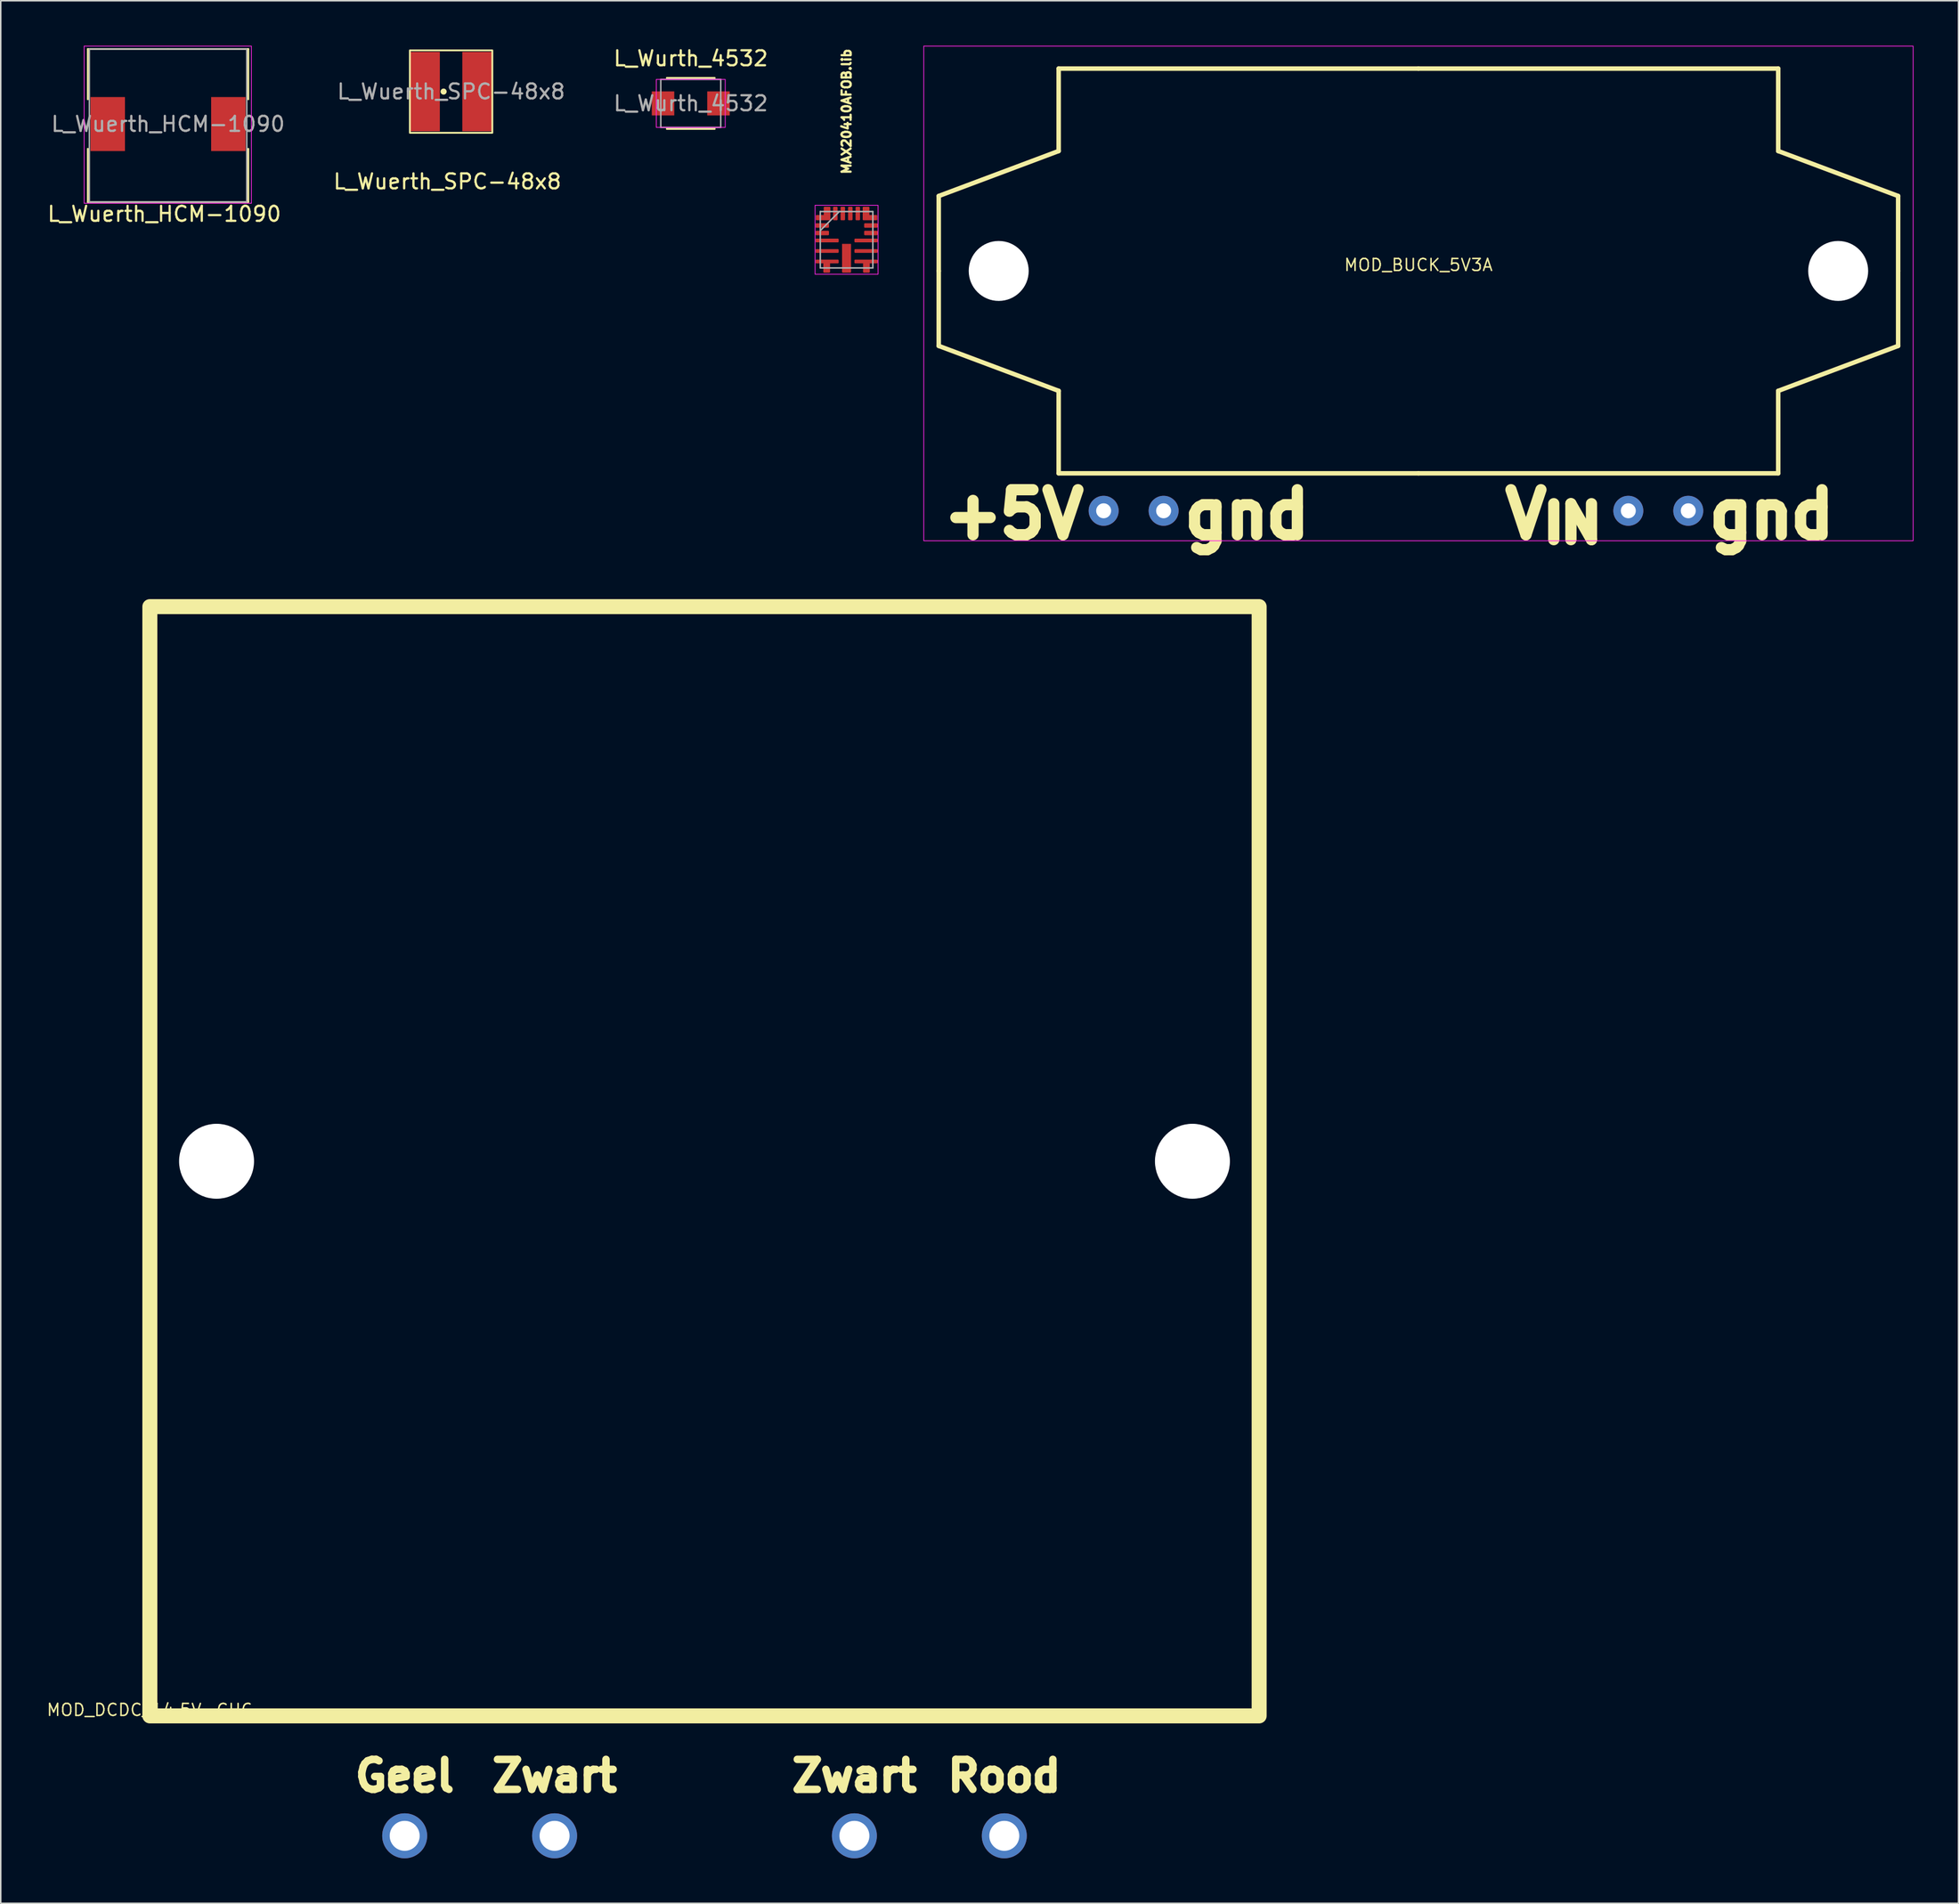
<source format=kicad_pcb>
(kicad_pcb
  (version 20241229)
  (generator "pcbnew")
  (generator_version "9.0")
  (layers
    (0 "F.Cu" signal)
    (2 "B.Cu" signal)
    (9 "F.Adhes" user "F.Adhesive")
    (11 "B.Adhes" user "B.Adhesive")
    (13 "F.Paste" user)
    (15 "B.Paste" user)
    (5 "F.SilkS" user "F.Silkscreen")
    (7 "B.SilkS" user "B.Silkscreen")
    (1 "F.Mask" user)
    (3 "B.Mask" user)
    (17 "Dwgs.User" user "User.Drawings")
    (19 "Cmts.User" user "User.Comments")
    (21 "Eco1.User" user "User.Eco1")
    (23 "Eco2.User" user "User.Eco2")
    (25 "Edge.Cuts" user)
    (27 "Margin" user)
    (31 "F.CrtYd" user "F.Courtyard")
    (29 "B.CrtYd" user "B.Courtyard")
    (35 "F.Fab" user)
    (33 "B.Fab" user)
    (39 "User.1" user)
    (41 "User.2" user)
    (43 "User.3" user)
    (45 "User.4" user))
  (footprint "MOD_DCDC_14.5V-CHG"
    (layer "F.Cu")
    (at 43.946 74.418)
    (property "Reference" "MOD_DCDC_14.5V-CHG" (at -37 36.6 0) (unlocked yes) (layer "F.SilkS") (effects (font (size 0.8 0.8) (thickness 0.1))))
    (attr through_hole)
    (fp_rect (start -37 -37) (end 37 37) (stroke (width 1) (type default)) (fill no) (layer "F.SilkS"))
    (fp_text user "Rood" (at 20 41 0) (unlocked yes) (layer "F.SilkS") (effects (font (size 2 2) (thickness 0.5) (bold yes))))
    (fp_text user "Zwart" (at -10 41 0) (unlocked yes) (layer "F.SilkS") (effects (font (size 2 2) (thickness 0.5) (bold yes))))
    (fp_text user "Zwart" (at 10 41 0) (unlocked yes) (layer "F.SilkS") (effects (font (size 2 2) (thickness 0.5) (bold yes))))
    (fp_text user "Geel" (at -20 41 0) (unlocked yes) (layer "F.SilkS") (effects (font (size 2 2) (thickness 0.5) (bold yes))))
    (pad "" np_thru_hole circle (at -32.55 0) (size 5 5) (drill 5) (layers "*.Cu" "*.Mask"))
    (pad "" np_thru_hole circle (at 32.55 0) (size 5 5) (drill 5) (layers "*.Cu" "*.Mask"))
    (pad "1" thru_hole circle (at 20 45) (size 3 3) (drill 2) (layers "*.Cu" "*.Mask"))
    (pad "2" thru_hole circle (at 10 45) (size 3 3) (drill 2) (layers "*.Cu" "*.Mask"))
    (pad "3" thru_hole circle (at -20 45) (size 3 3) (drill 2) (layers "*.Cu" "*.Mask"))
    (pad "4" thru_hole circle (at -10 45) (size 3 3) (drill 2) (layers "*.Cu" "*.Mask")))
  (footprint "MAX20410AFOB.lib"
    (layer "F.Cu")
    (at 53.423 12.944)
    (property "Reference" "MAX20410AFOB.lib" (at 0 -4.3 90) (layer "F.SilkS") (effects (font (size 0.6 0.6) (thickness 0.15)) (justify left)))
    (attr through_hole)
    (fp_rect (start -2.1 -2.3) (end 2.1 2.3) (stroke (width 0.05) (type solid)) (fill no) (layer "F.CrtYd"))
    (fp_line (start -1.753 -1.88) (end -1.753 1.88) (stroke (width 0.1) (type solid)) (layer "F.Fab"))
    (fp_line (start -1.753 -0.61) (end -0.483 -1.88) (stroke (width 0.1) (type solid)) (layer "F.Fab"))
    (fp_line (start -1.753 1.88) (end 1.753 1.88) (stroke (width 0.1) (type solid)) (layer "F.Fab"))
    (fp_line (start 1.753 -1.88) (end -1.753 -1.88) (stroke (width 0.1) (type solid)) (layer "F.Fab"))
    (fp_line (start 1.753 1.88) (end 1.753 -1.88) (stroke (width 0.1) (type solid)) (layer "F.Fab"))
    (pad "1" smd custom (at -1.612 -0.95) (size 0.127 0.127) (layers "F.Cu" "F.Mask" "F.Paste") (options (anchor rect)) (primitives (gr_poly (pts (xy -0.425 -0.15) (xy -0.462 -0.112) (xy -0.462 0.113) (xy -0.425 0.15) (xy 0.4 0.15) (xy 0.438 0.113) (xy 0.438 -0.112) (xy 0.4 -0.15)) (width 0) (fill yes))))
    (pad "2" smd custom (at -1.612 -0.45) (size 0.127 0.127) (layers "F.Cu" "F.Mask" "F.Paste") (options (anchor rect)) (primitives (gr_poly (pts (xy -0.425 -0.15) (xy -0.462 -0.113) (xy -0.462 0.112) (xy -0.425 0.15) (xy 0.4 0.15) (xy 0.438 0.112) (xy 0.438 -0.113) (xy 0.4 -0.15)) (width 0) (fill yes))))
    (pad "3" smd custom (at -1.612 0.05) (size 0.127 0.127) (layers "F.Cu" "F.Mask" "F.Paste") (options (anchor rect)) (primitives (gr_poly (pts (xy -0.425 -0.125) (xy -0.462 -0.087) (xy -0.462 0.087) (xy -0.425 0.125) (xy 1.05 0.125) (xy 1.088 0.087) (xy 1.088 -0.087) (xy 1.05 -0.125)) (width 0) (fill yes))))
    (pad "4" smd custom (at -1.612 0.75) (size 0.127 0.127) (layers "F.Cu" "F.Mask" "F.Paste") (options (anchor rect)) (primitives (gr_poly (pts (xy -0.425 -0.125) (xy -0.462 -0.087) (xy -0.462 0.087) (xy -0.425 0.125) (xy 1.05 0.125) (xy 1.088 0.087) (xy 1.088 -0.087) (xy 1.05 -0.125)) (width 0) (fill yes))))
    (pad "5" smd custom (at -1.612 1.45 90) (size 0.127 0.127) (layers "F.Cu" "F.Mask" "F.Paste") (options (anchor rect)) (primitives (gr_poly (pts (xy -0.125 0.512) (xy -0.713 0.512) (xy -0.75 0.475) (xy -0.75 0.1) (xy -0.713 0.062) (xy -0.125 0.062) (xy -0.125 -0.425) (xy -0.087 -0.463) (xy 0.087 -0.463) (xy 0.125 -0.425) (xy 0.125 1.05) (xy 0.087 1.087) (xy -0.087 1.087) (xy -0.125 1.05)) (width 0) (fill yes))))
    (pad "6" smd custom (at 0 1.738 90) (size 0.127 0.127) (layers "F.Cu" "F.Mask" "F.Paste") (options (anchor rect)) (primitives (gr_poly (pts (xy 1.462 -0.3) (xy -0.425 -0.3) (xy -0.463 -0.263) (xy -0.463 0.263) (xy -0.425 0.3) (xy 1.462 0.3)) (width 0) (fill yes))))
    (pad "7" smd custom (at 1.612 1.45 90) (size 0.127 0.127) (layers "F.Cu" "F.Mask" "F.Paste") (options (anchor rect)) (primitives (gr_poly (pts (xy -0.125 -0.512) (xy -0.713 -0.512) (xy -0.75 -0.475) (xy -0.75 -0.1) (xy -0.713 -0.062) (xy -0.125 -0.062) (xy -0.125 0.425) (xy -0.087 0.463) (xy 0.087 0.463) (xy 0.125 0.425) (xy 0.125 -1.05) (xy 0.087 -1.087) (xy -0.087 -1.087) (xy -0.125 -1.05)) (width 0) (fill yes))))
    (pad "8" smd custom (at 1.612 0.75) (size 0.127 0.127) (layers "F.Cu" "F.Mask" "F.Paste") (options (anchor rect)) (primitives (gr_poly (pts (xy 0.425 -0.125) (xy 0.463 -0.087) (xy 0.463 0.087) (xy 0.425 0.125) (xy -1.05 0.125) (xy -1.087 0.087) (xy -1.087 -0.087) (xy -1.05 -0.125)) (width 0) (fill yes))))
    (pad "9" smd custom (at 1.612 0.05) (size 0.127 0.127) (layers "F.Cu" "F.Mask" "F.Paste") (options (anchor rect)) (primitives (gr_poly (pts (xy 0.425 -0.125) (xy 0.463 -0.087) (xy 0.463 0.087) (xy 0.425 0.125) (xy -1.05 0.125) (xy -1.087 0.087) (xy -1.087 -0.087) (xy -1.05 -0.125)) (width 0) (fill yes))))
    (pad "10" smd custom (at 1.612 -0.45) (size 0.127 0.127) (layers "F.Cu" "F.Mask" "F.Paste") (options (anchor rect)) (primitives (gr_poly (pts (xy -0.4 -0.15) (xy -0.437 -0.113) (xy -0.437 0.112) (xy -0.4 0.15) (xy 0.425 0.15) (xy 0.463 0.112) (xy 0.463 -0.113) (xy 0.425 -0.15)) (width 0) (fill yes))))
    (pad "11" smd custom (at 1.612 -0.95) (size 0.127 0.127) (layers "F.Cu" "F.Mask" "F.Paste") (options (anchor rect)) (primitives (gr_poly (pts (xy -0.4 -0.15) (xy -0.437 -0.112) (xy -0.437 0.113) (xy -0.4 0.15) (xy 0.425 0.15) (xy 0.463 0.113) (xy 0.463 -0.112) (xy 0.425 -0.15)) (width 0) (fill yes))))
    (pad "12" smd custom (at 1.325 -1.738 90) (size 0.127 0.127) (layers "F.Cu" "F.Mask" "F.Paste") (options (anchor rect)) (primitives (gr_poly (pts (xy -0.438 0.688) (xy -0.4 0.725) (xy -0.125 0.725) (xy -0.087 0.688) (xy -0.087 0.2) (xy 0.425 0.2) (xy 0.463 0.163) (xy 0.463 -0.212) (xy 0.425 -0.25) (xy -0.4 -0.25) (xy -0.438 -0.212)) (width 0) (fill yes))))
    (pad "13" smd custom (at 0.75 -1.738 90) (size 0.127 0.127) (layers "F.Cu" "F.Mask" "F.Paste") (options (anchor rect)) (primitives (gr_poly (pts (xy 0.425 0.15) (xy 0.463 0.113) (xy 0.463 -0.113) (xy 0.425 -0.15) (xy -0.4 -0.15) (xy -0.438 -0.113) (xy -0.438 0.113) (xy -0.4 0.15)) (width 0) (fill yes))))
    (pad "14" smd custom (at 0.25 -1.738 90) (size 0.127 0.127) (layers "F.Cu" "F.Mask" "F.Paste") (options (anchor rect)) (primitives (gr_poly (pts (xy 0.425 0.15) (xy 0.463 0.113) (xy 0.463 -0.112) (xy 0.425 -0.15) (xy -0.4 -0.15) (xy -0.438 -0.112) (xy -0.438 0.113) (xy -0.4 0.15)) (width 0) (fill yes))))
    (pad "15" smd custom (at -0.25 -1.738 90) (size 0.127 0.127) (layers "F.Cu" "F.Mask" "F.Paste") (options (anchor rect)) (primitives (gr_poly (pts (xy 0.425 0.15) (xy 0.463 0.113) (xy 0.463 -0.113) (xy 0.425 -0.15) (xy -0.4 -0.15) (xy -0.438 -0.113) (xy -0.438 0.113) (xy -0.4 0.15)) (width 0) (fill yes))))
    (pad "16" smd custom (at -0.75 -1.738 90) (size 0.127 0.127) (layers "F.Cu" "F.Mask" "F.Paste") (options (anchor rect)) (primitives (gr_poly (pts (xy 0.425 0.15) (xy 0.463 0.113) (xy 0.463 -0.112) (xy 0.425 -0.15) (xy -0.4 -0.15) (xy -0.438 -0.112) (xy -0.438 0.113) (xy -0.4 0.15)) (width 0) (fill yes))))
    (pad "17" smd custom (at -1.325 -1.738 90) (size 0.127 0.127) (layers "F.Cu" "F.Mask" "F.Paste") (options (anchor rect)) (primitives (gr_poly (pts (xy -0.438 -0.688) (xy -0.4 -0.725) (xy -0.125 -0.725) (xy -0.087 -0.688) (xy -0.087 -0.2) (xy 0.425 -0.2) (xy 0.463 -0.163) (xy 0.463 0.212) (xy 0.425 0.25) (xy -0.4 0.25) (xy -0.438 0.212)) (width 0) (fill yes)))))
  (footprint "MOD_BUCK_5V3A"
    (layer "F.Cu")
    (at 91.573 15.025)
    (property "Reference" "MOD_BUCK_5V3A" (at 0 -0.4 0) (unlocked yes) (layer "F.SilkS") (effects (font (size 0.8 0.8) (thickness 0.1))))
    (attr through_hole)
    (fp_line (start -32 -5) (end -24 -8) (stroke (width 0.3) (type default)) (layer "F.SilkS"))
    (fp_line (start -32 0) (end -32 -5) (stroke (width 0.3) (type default)) (layer "F.SilkS"))
    (fp_line (start -32 0) (end -32 5) (stroke (width 0.3) (type default)) (layer "F.SilkS"))
    (fp_line (start -32 5) (end -24 8) (stroke (width 0.3) (type default)) (layer "F.SilkS"))
    (fp_line (start -24 -13.5) (end 0 -13.5) (stroke (width 0.3) (type default)) (layer "F.SilkS"))
    (fp_line (start -24 -8) (end -24 -13.5) (stroke (width 0.3) (type default)) (layer "F.SilkS"))
    (fp_line (start -24 8) (end -24 13.5) (stroke (width 0.3) (type default)) (layer "F.SilkS"))
    (fp_line (start -24 13.5) (end 0 13.5) (stroke (width 0.3) (type default)) (layer "F.SilkS"))
    (fp_line (start 24 -13.5) (end 0 -13.5) (stroke (width 0.3) (type default)) (layer "F.SilkS"))
    (fp_line (start 24 -8) (end 24 -13.5) (stroke (width 0.3) (type default)) (layer "F.SilkS"))
    (fp_line (start 24 8) (end 24 13.5) (stroke (width 0.3) (type default)) (layer "F.SilkS"))
    (fp_line (start 24 13.5) (end 0 13.5) (stroke (width 0.3) (type default)) (layer "F.SilkS"))
    (fp_line (start 32 -5) (end 24 -8) (stroke (width 0.3) (type default)) (layer "F.SilkS"))
    (fp_line (start 32 0) (end 32 -5) (stroke (width 0.3) (type default)) (layer "F.SilkS"))
    (fp_line (start 32 0) (end 32 5) (stroke (width 0.3) (type default)) (layer "F.SilkS"))
    (fp_line (start 32 5) (end 24 8) (stroke (width 0.3) (type default)) (layer "F.SilkS"))
    (fp_rect (start -33 -15) (end 33 18) (stroke (width 0.05) (type default)) (fill no) (layer "F.CrtYd"))
    (fp_text user "+5V" (at -27 18 0) (unlocked yes) (layer "F.SilkS") (effects (font (size 3 3) (thickness 0.75) (bold yes)) (justify bottom)))
    (fp_text user "gnd" (at -16 18 0) (unlocked yes) (layer "F.SilkS") (effects (font (size 3 3) (thickness 0.75) (bold yes)) (justify left bottom)))
    (fp_text user "V_{IN}" (at 9 18 0) (unlocked yes) (layer "F.SilkS") (effects (font (size 3 3) (thickness 0.75) (bold yes)) (justify bottom)))
    (fp_text user "gnd" (at 19 18 0) (unlocked yes) (layer "F.SilkS") (effects (font (size 3 3) (thickness 0.75) (bold yes)) (justify left bottom)))
    (pad "" np_thru_hole circle (at -28 0) (size 4 4) (drill 4) (layers "*.Cu" "*.Mask"))
    (pad "" np_thru_hole circle (at 28 0) (size 4 4) (drill 4) (layers "*.Cu" "*.Mask"))
    (pad "1" thru_hole circle (at 14 16) (size 2 2) (drill 1) (layers "*.Cu" "*.Mask"))
    (pad "2" thru_hole circle (at 18 16) (size 2 2) (drill 1) (layers "*.Cu" "*.Mask"))
    (pad "3" thru_hole circle (at -21 16) (size 2 2) (drill 1) (layers "*.Cu" "*.Mask"))
    (pad "4" thru_hole circle (at -17 16) (size 2 2) (drill 1) (layers "*.Cu" "*.Mask")))
  (footprint "L_Wuerth_HCM-1090"
    (layer "F.Cu")
    (at 8.161 5.225)
    (property "Reference" "L_Wuerth_HCM-1090" (at -0.25 6 0) (layer "F.SilkS") (effects (font (size 1 1) (thickness 0.15))))
    (attr smd)
    (fp_line (start -5.35 -5) (end 0 -5) (stroke (width 0.12) (type solid)) (layer "F.SilkS"))
    (fp_line (start -5.35 -1.65) (end -5.35 -5) (stroke (width 0.12) (type solid)) (layer "F.SilkS"))
    (fp_line (start -5.35 1.65) (end -5.35 5.2) (stroke (width 0.12) (type solid)) (layer "F.SilkS"))
    (fp_line (start -5.35 5.2) (end 0 5.2) (stroke (width 0.12) (type solid)) (layer "F.SilkS"))
    (fp_line (start 5.35 -5) (end 0 -5) (stroke (width 0.12) (type solid)) (layer "F.SilkS"))
    (fp_line (start 5.35 -1.65) (end 5.35 -5) (stroke (width 0.12) (type solid)) (layer "F.SilkS"))
    (fp_line (start 5.35 1.65) (end 5.35 5.2) (stroke (width 0.12) (type solid)) (layer "F.SilkS"))
    (fp_line (start 5.35 5.2) (end 0 5.2) (stroke (width 0.12) (type solid)) (layer "F.SilkS"))
    (fp_rect (start -5.6 -5.2) (end 5.56 5.285) (stroke (width 0.05) (type solid)) (fill no) (layer "F.CrtYd"))
    (fp_line (start -5.25 -5) (end -5.25 5.2) (stroke (width 0.1) (type solid)) (layer "F.Fab"))
    (fp_line (start -5.25 5.2) (end 5.25 5.2) (stroke (width 0.1) (type solid)) (layer "F.Fab"))
    (fp_line (start 5.25 -5) (end -5.25 -5) (stroke (width 0.1) (type solid)) (layer "F.Fab"))
    (fp_line (start 5.25 5.2) (end 5.25 -5) (stroke (width 0.1) (type solid)) (layer "F.Fab"))
    (fp_text user "${REFERENCE}" (at 0 0 0) (layer "F.Fab") (effects (font (size 1 1) (thickness 0.15))))
    (pad "1" smd rect (at -4.025 0) (size 2.3 3.6) (layers "F.Cu" "F.Mask" "F.Paste"))
    (pad "2" smd rect (at 4.025 0) (size 2.3 3.6) (layers "F.Cu" "F.Mask" "F.Paste")))
  (footprint "L_Wuerth_SPC-48x8"
    (layer "F.Cu")
    (at 27.042 3.06)
    (property "Reference" "L_Wuerth_SPC-48x8" (at -0.25 6 0) (layer "F.SilkS") (effects (font (size 1 1) (thickness 0.15))))
    (attr smd)
    (fp_rect (start -2.75 2.75) (end 2.75 -2.75) (stroke (width 0.12) (type default)) (fill no) (layer "F.SilkS"))
    (fp_circle (center -0.5 0) (end -0.357 0) (stroke (width 0.12) (type solid)) (fill yes) (layer "F.SilkS"))
    (fp_rect (start -3 3) (end 3 -3) (stroke (width 0.12) (type default)) (fill no) (layer "Margin"))
    (fp_text user "${REFERENCE}" (at 0 0 0) (layer "F.Fab") (effects (font (size 1 1) (thickness 0.15))))
    (pad "1" smd rect (at -1.75 0 90) (size 5.3 2) (layers "F.Cu" "F.Mask" "F.Paste"))
    (pad "2" smd rect (at 1.75 0 90) (size 5.3 2) (layers "F.Cu" "F.Mask" "F.Paste")))
  (footprint "L_Wurth_4532"
    (layer "F.Cu")
    (at 43.03 3.848)
    (property "Reference" "L_Wurth_4532" (at 0 -3 0) (layer "F.SilkS") (effects (font (size 1 1) (thickness 0.15))))
    (attr smd)
    (fp_line (start -1.6 -1.7) (end 1.6 -1.7) (stroke (width 0.12) (type solid)) (layer "F.SilkS"))
    (fp_line (start -1.6 1.7) (end 1.6 1.7) (stroke (width 0.12) (type solid)) (layer "F.SilkS"))
    (fp_rect (start -2.3 1.6) (end 2.3 -1.6) (stroke (width 0.05) (type solid)) (fill no) (layer "F.CrtYd"))
    (fp_line (start -2 -1.6) (end 2 -1.6) (stroke (width 0.1) (type solid)) (layer "F.Fab"))
    (fp_line (start -2 0) (end -2 -1.6) (stroke (width 0.1) (type solid)) (layer "F.Fab"))
    (fp_line (start -2 0) (end -2 1.6) (stroke (width 0.1) (type solid)) (layer "F.Fab"))
    (fp_line (start -2 1.6) (end 2 1.6) (stroke (width 0.1) (type solid)) (layer "F.Fab"))
    (fp_line (start 2 0) (end 2 -1.6) (stroke (width 0.1) (type solid)) (layer "F.Fab"))
    (fp_line (start 2 0) (end 2 1.6) (stroke (width 0.1) (type solid)) (layer "F.Fab"))
    (fp_text user "${REFERENCE}" (at 0 0 0) (layer "F.Fab") (effects (font (size 1 1) (thickness 0.15))))
    (pad "1" smd rect (at -1.85 0) (size 1.5 1.6) (layers "F.Cu" "F.Mask" "F.Paste"))
    (pad "2" smd rect (at 1.85 0) (size 1.5 1.6) (layers "F.Cu" "F.Mask" "F.Paste")))
  (gr_rect
    (start -3 -3)
    (end 127.598 123.918)
    (stroke (width 0.1) (type default))
    (fill no)
    (layer "Edge.Cuts")))
</source>
